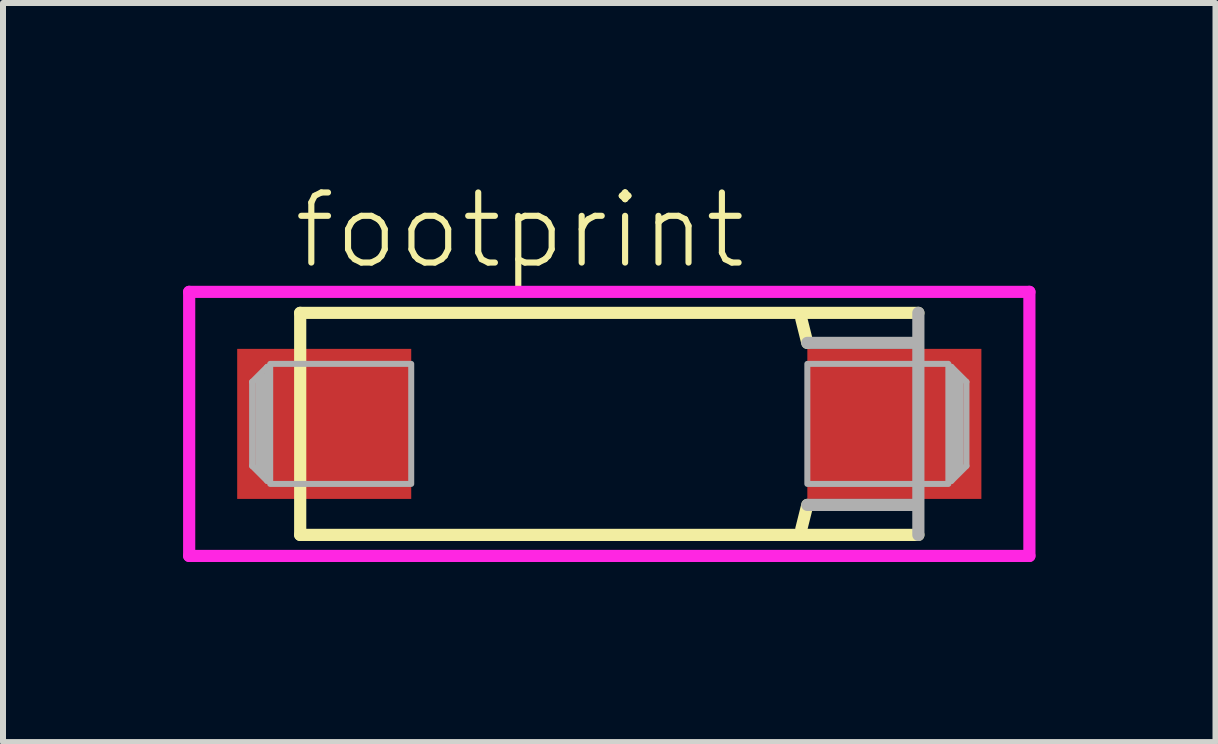
<source format=kicad_pcb>
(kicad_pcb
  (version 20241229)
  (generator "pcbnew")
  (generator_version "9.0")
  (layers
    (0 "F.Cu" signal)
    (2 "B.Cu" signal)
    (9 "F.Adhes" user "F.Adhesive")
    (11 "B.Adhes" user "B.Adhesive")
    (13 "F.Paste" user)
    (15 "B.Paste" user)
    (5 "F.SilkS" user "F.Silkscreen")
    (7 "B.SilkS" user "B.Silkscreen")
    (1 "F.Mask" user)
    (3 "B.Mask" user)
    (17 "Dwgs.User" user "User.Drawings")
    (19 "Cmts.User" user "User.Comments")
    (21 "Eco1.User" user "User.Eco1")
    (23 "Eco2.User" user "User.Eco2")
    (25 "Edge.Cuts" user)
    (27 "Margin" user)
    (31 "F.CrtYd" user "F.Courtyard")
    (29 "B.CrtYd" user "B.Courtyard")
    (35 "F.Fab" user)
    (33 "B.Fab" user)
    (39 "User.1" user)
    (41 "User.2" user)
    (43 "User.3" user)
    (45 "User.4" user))
  (footprint "footprint"
    (layer "F.Cu")
    (at 7.102 4.013)
    (property "Reference" "footprint" (at -5.31 -2.54 0) (layer "F.SilkS") (effects (font (size 1.168 1.168) (thickness 0.102)) (justify left bottom)))
    (fp_line (start -5.15 -1.85) (end -5.15 1.85) (stroke (width 0.203) (type solid)) (layer "F.SilkS"))
    (fp_line (start -5.15 1.85) (end 5.15 1.85) (stroke (width 0.203) (type solid)) (layer "F.SilkS"))
    (fp_line (start 3.3 -1.35) (end 3.2 -1.75) (stroke (width 0.203) (type solid)) (layer "F.SilkS"))
    (fp_line (start 3.3 1.35) (end 3.2 1.75) (stroke (width 0.203) (type solid)) (layer "F.SilkS"))
    (fp_line (start 5.15 -1.85) (end -5.15 -1.85) (stroke (width 0.203) (type solid)) (layer "F.SilkS"))
    (fp_line (start -7 -2.2) (end -7 2.2) (stroke (width 0.203) (type solid)) (layer "F.CrtYd"))
    (fp_line (start -7 -2.2) (end 7 -2.2) (stroke (width 0.203) (type solid)) (layer "F.CrtYd"))
    (fp_line (start -7 2.2) (end 7 2.2) (stroke (width 0.203) (type solid)) (layer "F.CrtYd"))
    (fp_line (start 7 -2.2) (end 7 2.2) (stroke (width 0.203) (type solid)) (layer "F.CrtYd"))
    (fp_line (start -5.95 -0.7) (end -5.95 0.7) (stroke (width 0.102) (type solid)) (layer "F.Fab"))
    (fp_line (start -5.95 0.7) (end -5.7 0.95) (stroke (width 0.102) (type solid)) (layer "F.Fab"))
    (fp_line (start -5.8 -0.75) (end -5.8 0.75) (stroke (width 0.203) (type solid)) (layer "F.Fab"))
    (fp_line (start -5.7 -0.95) (end -5.95 -0.7) (stroke (width 0.102) (type solid)) (layer "F.Fab"))
    (fp_line (start -5.7 0.95) (end -5.7 -0.95) (stroke (width 0.102) (type solid)) (layer "F.Fab"))
    (fp_line (start 5.05 -1.35) (end 3.3 -1.35) (stroke (width 0.203) (type solid)) (layer "F.Fab"))
    (fp_line (start 5.1 1.35) (end 3.3 1.35) (stroke (width 0.203) (type solid)) (layer "F.Fab"))
    (fp_line (start 5.15 1.85) (end 5.15 -1.85) (stroke (width 0.203) (type solid)) (layer "F.Fab"))
    (fp_line (start 5.7 -0.95) (end 5.7 0.95) (stroke (width 0.102) (type solid)) (layer "F.Fab"))
    (fp_line (start 5.7 0.95) (end 5.95 0.7) (stroke (width 0.102) (type solid)) (layer "F.Fab"))
    (fp_line (start 5.8 0.75) (end 5.8 -0.75) (stroke (width 0.203) (type solid)) (layer "F.Fab"))
    (fp_line (start 5.95 -0.7) (end 5.7 -0.95) (stroke (width 0.102) (type solid)) (layer "F.Fab"))
    (fp_line (start 5.95 0.7) (end 5.95 -0.7) (stroke (width 0.102) (type solid)) (layer "F.Fab"))
    (fp_poly (pts (xy -5.65 1) (xy -3.3 1) (xy -3.3 -1) (xy -5.65 -1)) (stroke (width 0.1) (type solid)) (fill no) (layer "F.Fab"))
    (fp_poly (pts (xy 3.3 1) (xy 5.65 1) (xy 5.65 -1) (xy 3.3 -1)) (stroke (width 0.1) (type solid)) (fill no) (layer "F.Fab"))
    (pad "+" smd rect (at 4.75 0) (size 2.9 2.5) (layers "F.Cu" "F.Mask" "F.Paste"))
    (pad "-" smd rect (at -4.75 0) (size 2.9 2.5) (layers "F.Cu" "F.Mask" "F.Paste")))
  (gr_rect
    (start -3 -3)
    (end 17.203 9.315)
    (stroke (width 0.1) (type default))
    (fill no)
    (layer "Edge.Cuts")))
</source>
